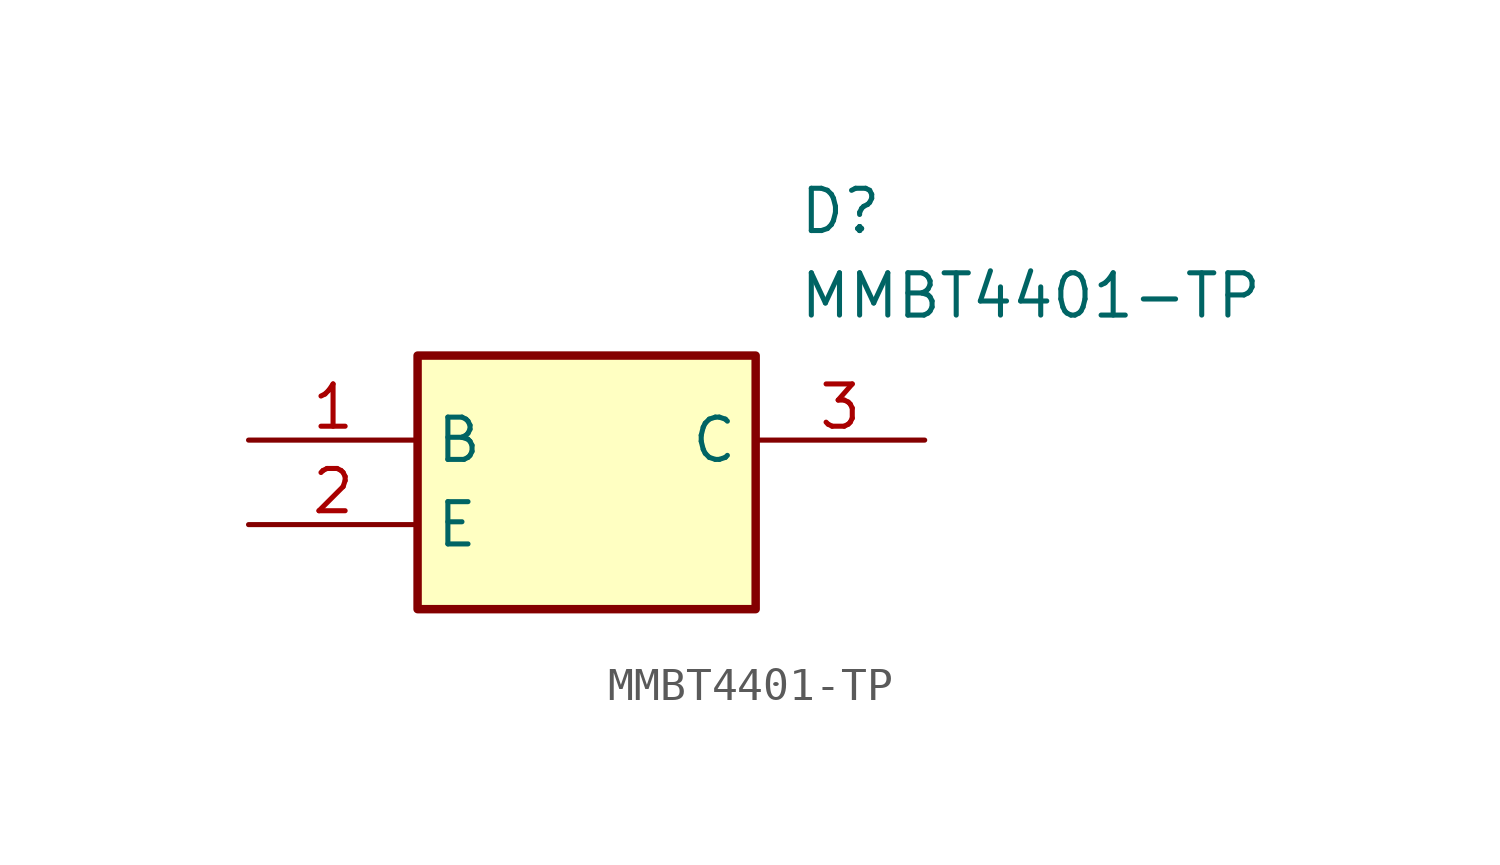
<source format=kicad_sym>
(kicad_symbol_lib
  (version 20211014)
  (generator SamacSys_ECAD_Model)
  (symbol "MMBT4401-TP"
    (property "Reference" "D"
      (at 16.51 7.62 0)
      (effects (font (size 1.27 1.27)) (justify left top)))
    (property "Value" "MMBT4401-TP"
      (at 16.51 5.08 0)
      (effects (font (size 1.27 1.27)) (justify left top)))
    (rectangle
      (start 5.08 2.54)
      (end 15.24 -5.08)
      (stroke (width 0.254) (type default))
      (fill (type background)))
    (pin passive line
      (at 0 0 0)
      (length 5.08)
      (name "B" (effects (font (size 1.27 1.27))))
      (number "1" (effects (font (size 1.27 1.27)))))
    (pin passive line
      (at 0 -2.54 0)
      (length 5.08)
      (name "E" (effects (font (size 1.27 1.27))))
      (number "2" (effects (font (size 1.27 1.27)))))
    (pin passive line
      (at 20.32 0 180)
      (length 5.08)
      (name "C" (effects (font (size 1.27 1.27))))
      (number "3" (effects (font (size 1.27 1.27)))))))
</source>
